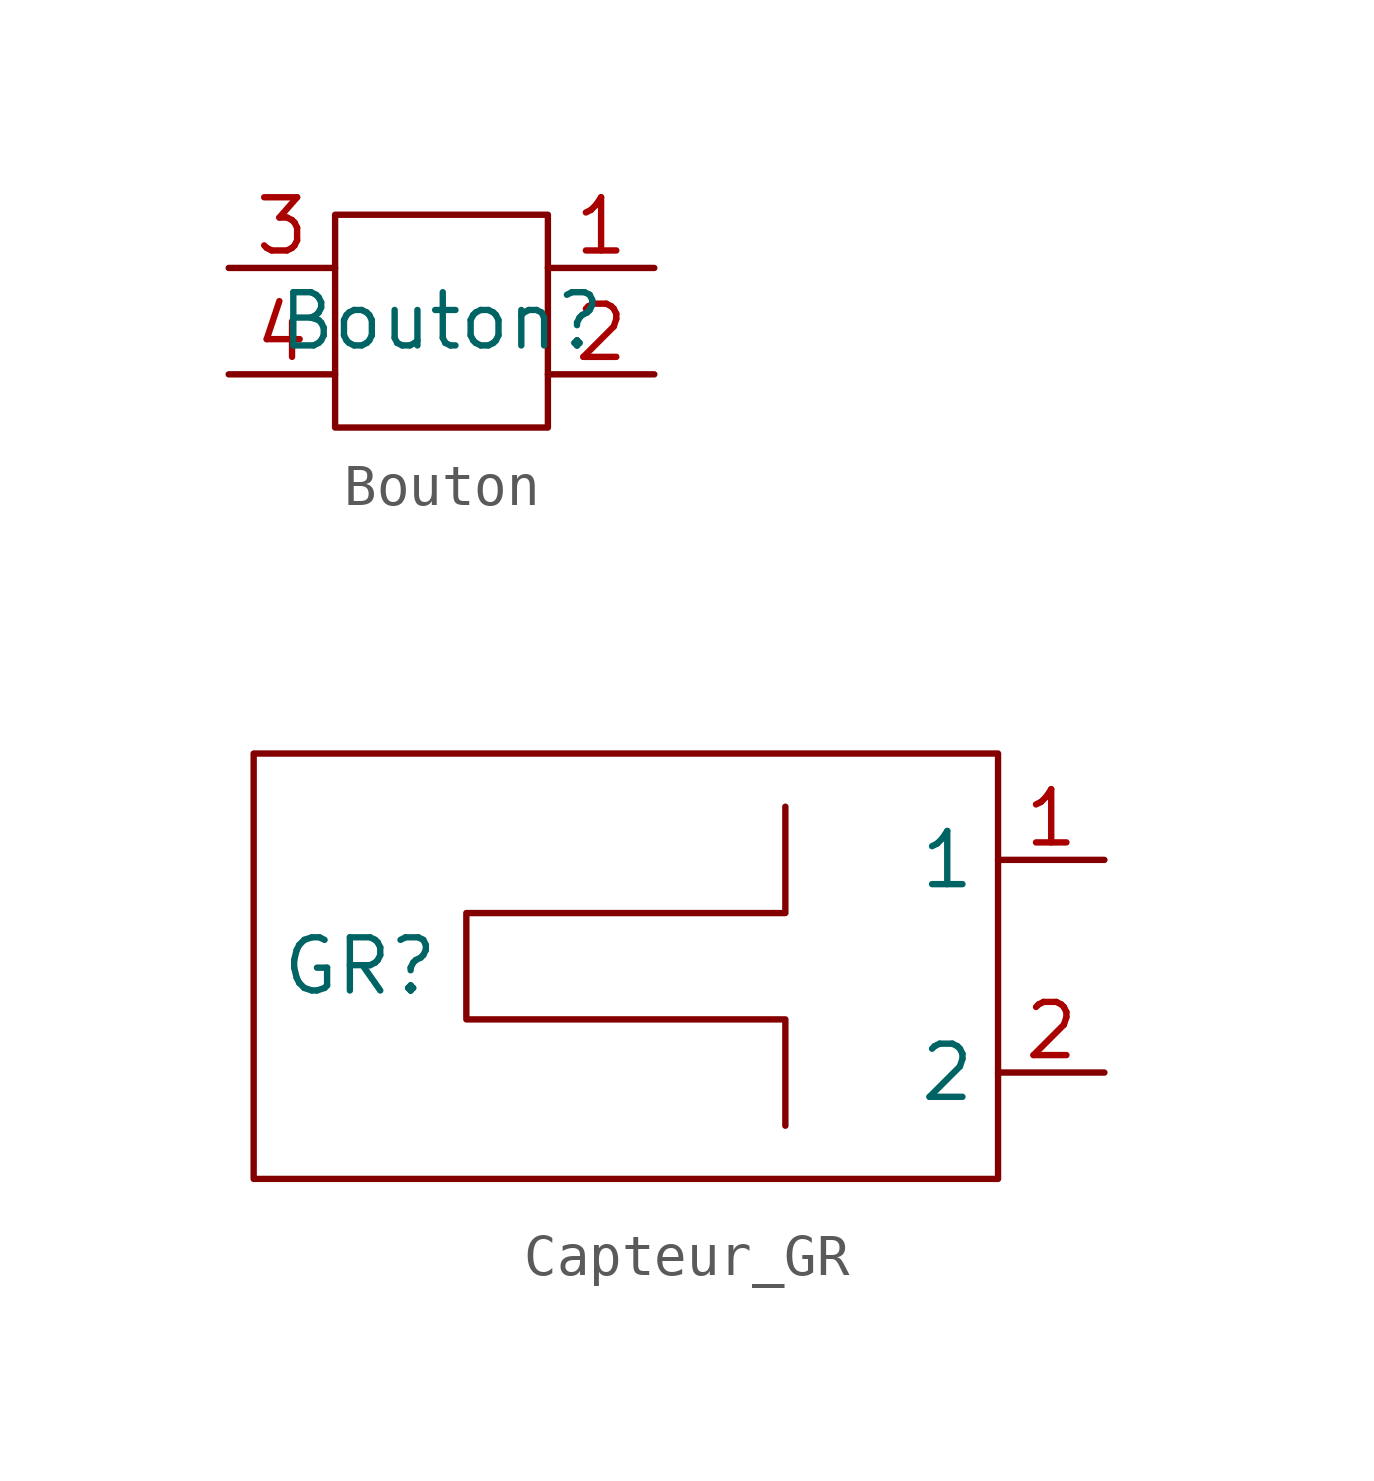
<source format=kicad_sym>
(kicad_symbol_lib
  (version 20231120)
  (generator "kicad_symbol_editor")
  (generator_version "8.0")
  (symbol "Bouton"
    (property "Reference" "Bouton"
      (at 0 0 0)
      (effects (font (size 1.27 1.27))))
    (property "Value" ""
      (at 0 0 0)
      (effects (font (size 1.27 1.27))))
    (symbol "Bouton_0_1"
      (rectangle (start -2.54 2.54) (end 2.54 -2.54) (stroke (width 0) (type default)) (fill (type none))))
    (symbol "Bouton_1_1"
      (pin input line (at 5.08 1.27 180) (length 2.54) (name "" (effects (font (size 1.27 1.27)))) (number "1" (effects (font (size 1.27 1.27)))))
      (pin input line (at 5.08 -1.27 180) (length 2.54) (name "" (effects (font (size 1.27 1.27)))) (number "2" (effects (font (size 1.27 1.27)))))
      (pin input line (at -5.08 1.27 0) (length 2.54) (name "" (effects (font (size 1.27 1.27)))) (number "3" (effects (font (size 1.27 1.27)))))
      (pin input line (at -5.08 -1.27 0) (length 2.54) (name "" (effects (font (size 1.27 1.27)))) (number "4" (effects (font (size 1.27 1.27)))))))
  (symbol "Capteur_GR"
    (property "Reference" "GR"
      (at -6.35 0 0)
      (effects (font (size 1.27 1.27))))
    (property "Value" ""
      (at -1.27 0 0)
      (effects (font (size 1.27 1.27))))
    (symbol "Capteur_GR_0_1"
      (rectangle (start -8.89 5.08) (end 8.89 -5.08) (stroke (width 0) (type default)) (fill (type none)))
      (polyline (pts (xy 3.81 3.81) (xy 3.81 2.54) (xy 3.81 1.27) (xy -3.81 1.27) (xy -3.81 -1.27) (xy 3.81 -1.27) (xy 3.81 -3.81) (xy 3.81 -3.81) (xy 3.81 -3.81)) (stroke (width 0) (type default)) (fill (type none))))
    (symbol "Capteur_GR_1_1"
      (pin passive line (at 11.43 2.54 180) (length 2.54) (name "1" (effects (font (size 1.27 1.27)))) (number "1" (effects (font (size 1.27 1.27)))))
      (pin passive line (at 11.43 -2.54 180) (length 2.54) (name "2" (effects (font (size 1.27 1.27)))) (number "2" (effects (font (size 1.27 1.27))))))))
</source>
